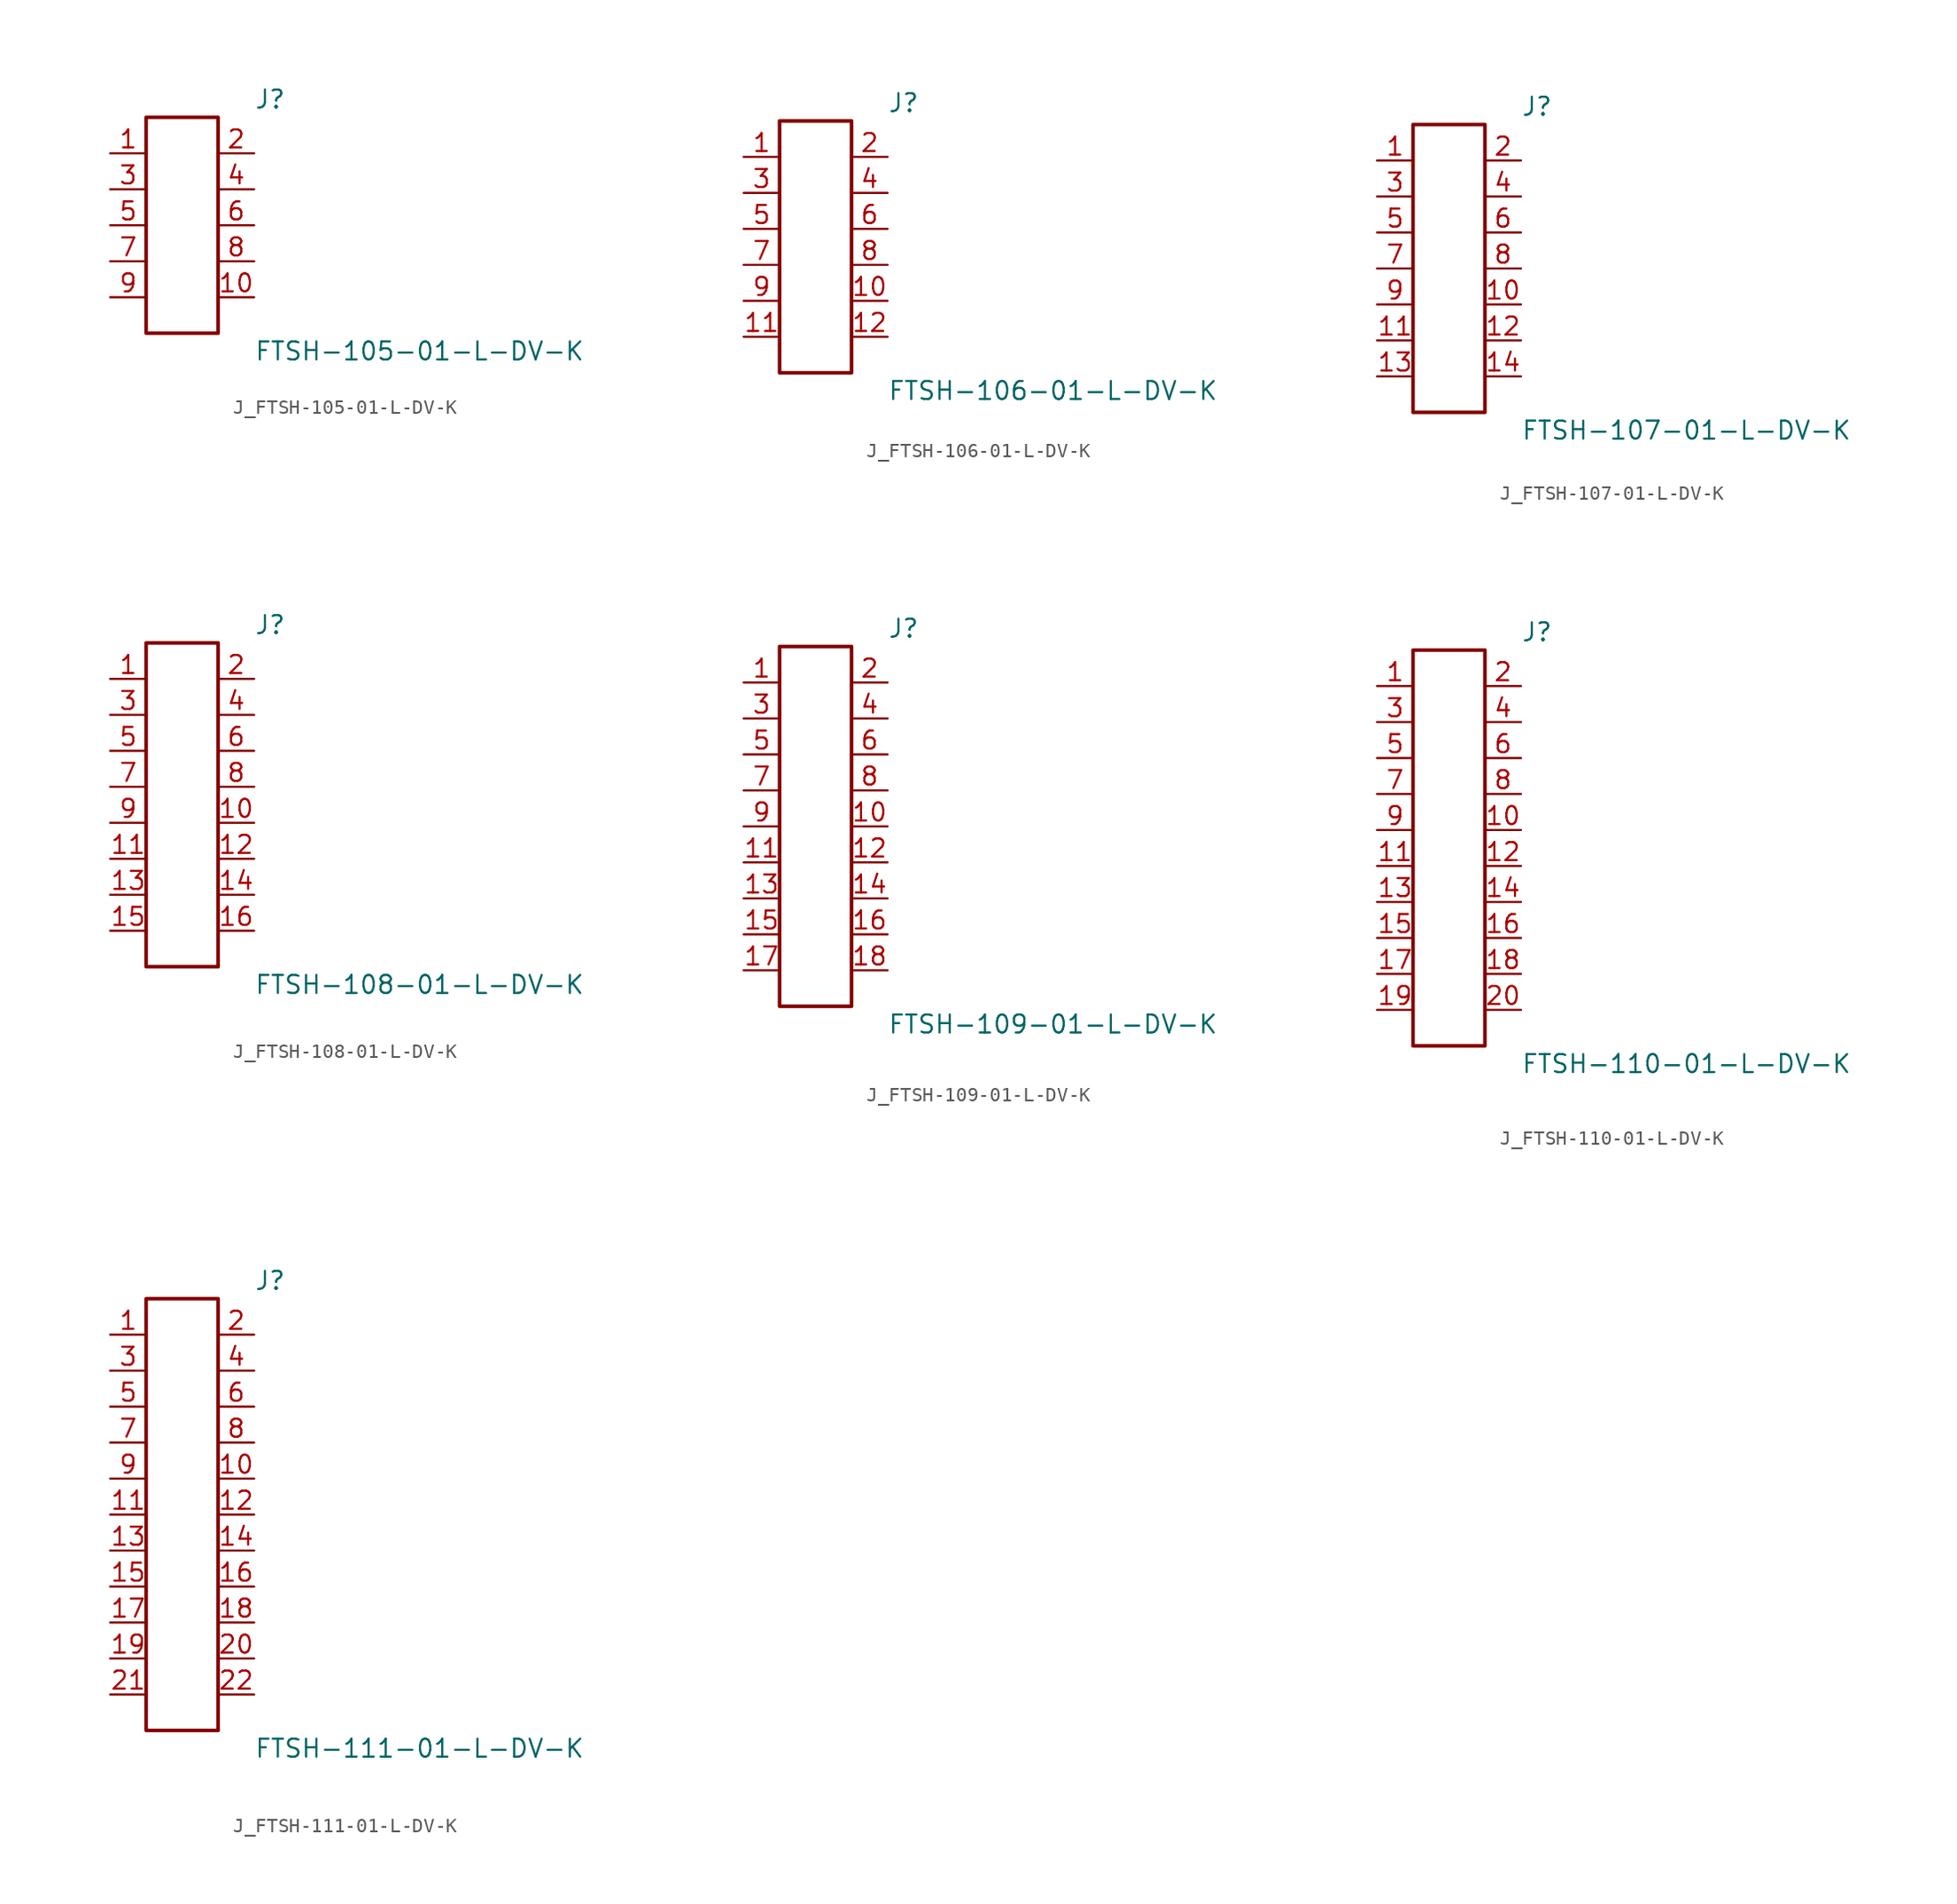
<source format=kicad_sym>
(kicad_symbol_lib
  (version 20231120)
  (generator kicad_symbol_editor)
  (generator_version 8.0)
  (symbol "J_FTSH-105-01-L-DV-K"
    (pin_names
      (offset 0.254))
    (property "Reference" "J"
      (at 5.08 8.89 0)
      (effects (font (size 1.27 1.27)) (justify left)))
    (property "Value" "FTSH-105-01-L-DV-K"
      (at 5.08 -8.89 0)
      (effects (font (size 1.27 1.27)) (justify left)))
    (symbol "J_FTSH-105-01-L-DV-K_0_0"
      (pin passive line (at -5.08 5.08 0) (length 2.54) (name "" (effects (font (size 1.27 1.27)))) (number "1" (effects (font (size 1.27 1.27)))))
      (pin passive line (at 5.08 5.08 180) (length 2.54) (name "" (effects (font (size 1.27 1.27)))) (number "2" (effects (font (size 1.27 1.27)))))
      (pin passive line (at -5.08 2.54 0) (length 2.54) (name "" (effects (font (size 1.27 1.27)))) (number "3" (effects (font (size 1.27 1.27)))))
      (pin passive line (at 5.08 2.54 180) (length 2.54) (name "" (effects (font (size 1.27 1.27)))) (number "4" (effects (font (size 1.27 1.27)))))
      (pin passive line (at -5.08 0.0 0) (length 2.54) (name "" (effects (font (size 1.27 1.27)))) (number "5" (effects (font (size 1.27 1.27)))))
      (pin passive line (at 5.08 0.0 180) (length 2.54) (name "" (effects (font (size 1.27 1.27)))) (number "6" (effects (font (size 1.27 1.27)))))
      (pin passive line (at -5.08 -2.54 0) (length 2.54) (name "" (effects (font (size 1.27 1.27)))) (number "7" (effects (font (size 1.27 1.27)))))
      (pin passive line (at 5.08 -2.54 180) (length 2.54) (name "" (effects (font (size 1.27 1.27)))) (number "8" (effects (font (size 1.27 1.27)))))
      (pin passive line (at -5.08 -5.08 0) (length 2.54) (name "" (effects (font (size 1.27 1.27)))) (number "9" (effects (font (size 1.27 1.27)))))
      (pin passive line (at 5.08 -5.08 180) (length 2.54) (name "" (effects (font (size 1.27 1.27)))) (number "10" (effects (font (size 1.27 1.27))))))
    (symbol "J_FTSH-105-01-L-DV-K_1_0"
      (rectangle (start -2.54 7.62) (end 2.54 -7.62) (stroke (width 0.254) (type solid)) (fill (type none)))))
  (symbol "J_FTSH-106-01-L-DV-K"
    (pin_names
      (offset 0.254))
    (property "Reference" "J"
      (at 5.08 10.16 0)
      (effects (font (size 1.27 1.27)) (justify left)))
    (property "Value" "FTSH-106-01-L-DV-K"
      (at 5.08 -10.16 0)
      (effects (font (size 1.27 1.27)) (justify left)))
    (symbol "J_FTSH-106-01-L-DV-K_0_0"
      (pin passive line (at -5.08 6.35 0) (length 2.54) (name "" (effects (font (size 1.27 1.27)))) (number "1" (effects (font (size 1.27 1.27)))))
      (pin passive line (at 5.08 6.35 180) (length 2.54) (name "" (effects (font (size 1.27 1.27)))) (number "2" (effects (font (size 1.27 1.27)))))
      (pin passive line (at -5.08 3.81 0) (length 2.54) (name "" (effects (font (size 1.27 1.27)))) (number "3" (effects (font (size 1.27 1.27)))))
      (pin passive line (at 5.08 3.81 180) (length 2.54) (name "" (effects (font (size 1.27 1.27)))) (number "4" (effects (font (size 1.27 1.27)))))
      (pin passive line (at -5.08 1.27 0) (length 2.54) (name "" (effects (font (size 1.27 1.27)))) (number "5" (effects (font (size 1.27 1.27)))))
      (pin passive line (at 5.08 1.27 180) (length 2.54) (name "" (effects (font (size 1.27 1.27)))) (number "6" (effects (font (size 1.27 1.27)))))
      (pin passive line (at -5.08 -1.27 0) (length 2.54) (name "" (effects (font (size 1.27 1.27)))) (number "7" (effects (font (size 1.27 1.27)))))
      (pin passive line (at 5.08 -1.27 180) (length 2.54) (name "" (effects (font (size 1.27 1.27)))) (number "8" (effects (font (size 1.27 1.27)))))
      (pin passive line (at -5.08 -3.81 0) (length 2.54) (name "" (effects (font (size 1.27 1.27)))) (number "9" (effects (font (size 1.27 1.27)))))
      (pin passive line (at 5.08 -3.81 180) (length 2.54) (name "" (effects (font (size 1.27 1.27)))) (number "10" (effects (font (size 1.27 1.27)))))
      (pin passive line (at -5.08 -6.35 0) (length 2.54) (name "" (effects (font (size 1.27 1.27)))) (number "11" (effects (font (size 1.27 1.27)))))
      (pin passive line (at 5.08 -6.35 180) (length 2.54) (name "" (effects (font (size 1.27 1.27)))) (number "12" (effects (font (size 1.27 1.27))))))
    (symbol "J_FTSH-106-01-L-DV-K_1_0"
      (rectangle (start -2.54 8.89) (end 2.54 -8.89) (stroke (width 0.254) (type solid)) (fill (type none)))))
  (symbol "J_FTSH-107-01-L-DV-K"
    (pin_names
      (offset 0.254))
    (property "Reference" "J"
      (at 5.08 11.43 0)
      (effects (font (size 1.27 1.27)) (justify left)))
    (property "Value" "FTSH-107-01-L-DV-K"
      (at 5.08 -11.43 0)
      (effects (font (size 1.27 1.27)) (justify left)))
    (symbol "J_FTSH-107-01-L-DV-K_0_0"
      (pin passive line (at -5.08 7.62 0) (length 2.54) (name "" (effects (font (size 1.27 1.27)))) (number "1" (effects (font (size 1.27 1.27)))))
      (pin passive line (at 5.08 7.62 180) (length 2.54) (name "" (effects (font (size 1.27 1.27)))) (number "2" (effects (font (size 1.27 1.27)))))
      (pin passive line (at -5.08 5.08 0) (length 2.54) (name "" (effects (font (size 1.27 1.27)))) (number "3" (effects (font (size 1.27 1.27)))))
      (pin passive line (at 5.08 5.08 180) (length 2.54) (name "" (effects (font (size 1.27 1.27)))) (number "4" (effects (font (size 1.27 1.27)))))
      (pin passive line (at -5.08 2.54 0) (length 2.54) (name "" (effects (font (size 1.27 1.27)))) (number "5" (effects (font (size 1.27 1.27)))))
      (pin passive line (at 5.08 2.54 180) (length 2.54) (name "" (effects (font (size 1.27 1.27)))) (number "6" (effects (font (size 1.27 1.27)))))
      (pin passive line (at -5.08 0.0 0) (length 2.54) (name "" (effects (font (size 1.27 1.27)))) (number "7" (effects (font (size 1.27 1.27)))))
      (pin passive line (at 5.08 0.0 180) (length 2.54) (name "" (effects (font (size 1.27 1.27)))) (number "8" (effects (font (size 1.27 1.27)))))
      (pin passive line (at -5.08 -2.54 0) (length 2.54) (name "" (effects (font (size 1.27 1.27)))) (number "9" (effects (font (size 1.27 1.27)))))
      (pin passive line (at 5.08 -2.54 180) (length 2.54) (name "" (effects (font (size 1.27 1.27)))) (number "10" (effects (font (size 1.27 1.27)))))
      (pin passive line (at -5.08 -5.08 0) (length 2.54) (name "" (effects (font (size 1.27 1.27)))) (number "11" (effects (font (size 1.27 1.27)))))
      (pin passive line (at 5.08 -5.08 180) (length 2.54) (name "" (effects (font (size 1.27 1.27)))) (number "12" (effects (font (size 1.27 1.27)))))
      (pin passive line (at -5.08 -7.62 0) (length 2.54) (name "" (effects (font (size 1.27 1.27)))) (number "13" (effects (font (size 1.27 1.27)))))
      (pin passive line (at 5.08 -7.62 180) (length 2.54) (name "" (effects (font (size 1.27 1.27)))) (number "14" (effects (font (size 1.27 1.27))))))
    (symbol "J_FTSH-107-01-L-DV-K_1_0"
      (rectangle (start -2.54 10.16) (end 2.54 -10.16) (stroke (width 0.254) (type solid)) (fill (type none)))))
  (symbol "J_FTSH-108-01-L-DV-K"
    (pin_names
      (offset 0.254))
    (property "Reference" "J"
      (at 5.08 12.7 0)
      (effects (font (size 1.27 1.27)) (justify left)))
    (property "Value" "FTSH-108-01-L-DV-K"
      (at 5.08 -12.7 0)
      (effects (font (size 1.27 1.27)) (justify left)))
    (symbol "J_FTSH-108-01-L-DV-K_0_0"
      (pin passive line (at -5.08 8.89 0) (length 2.54) (name "" (effects (font (size 1.27 1.27)))) (number "1" (effects (font (size 1.27 1.27)))))
      (pin passive line (at 5.08 8.89 180) (length 2.54) (name "" (effects (font (size 1.27 1.27)))) (number "2" (effects (font (size 1.27 1.27)))))
      (pin passive line (at -5.08 6.35 0) (length 2.54) (name "" (effects (font (size 1.27 1.27)))) (number "3" (effects (font (size 1.27 1.27)))))
      (pin passive line (at 5.08 6.35 180) (length 2.54) (name "" (effects (font (size 1.27 1.27)))) (number "4" (effects (font (size 1.27 1.27)))))
      (pin passive line (at -5.08 3.81 0) (length 2.54) (name "" (effects (font (size 1.27 1.27)))) (number "5" (effects (font (size 1.27 1.27)))))
      (pin passive line (at 5.08 3.81 180) (length 2.54) (name "" (effects (font (size 1.27 1.27)))) (number "6" (effects (font (size 1.27 1.27)))))
      (pin passive line (at -5.08 1.27 0) (length 2.54) (name "" (effects (font (size 1.27 1.27)))) (number "7" (effects (font (size 1.27 1.27)))))
      (pin passive line (at 5.08 1.27 180) (length 2.54) (name "" (effects (font (size 1.27 1.27)))) (number "8" (effects (font (size 1.27 1.27)))))
      (pin passive line (at -5.08 -1.27 0) (length 2.54) (name "" (effects (font (size 1.27 1.27)))) (number "9" (effects (font (size 1.27 1.27)))))
      (pin passive line (at 5.08 -1.27 180) (length 2.54) (name "" (effects (font (size 1.27 1.27)))) (number "10" (effects (font (size 1.27 1.27)))))
      (pin passive line (at -5.08 -3.81 0) (length 2.54) (name "" (effects (font (size 1.27 1.27)))) (number "11" (effects (font (size 1.27 1.27)))))
      (pin passive line (at 5.08 -3.81 180) (length 2.54) (name "" (effects (font (size 1.27 1.27)))) (number "12" (effects (font (size 1.27 1.27)))))
      (pin passive line (at -5.08 -6.35 0) (length 2.54) (name "" (effects (font (size 1.27 1.27)))) (number "13" (effects (font (size 1.27 1.27)))))
      (pin passive line (at 5.08 -6.35 180) (length 2.54) (name "" (effects (font (size 1.27 1.27)))) (number "14" (effects (font (size 1.27 1.27)))))
      (pin passive line (at -5.08 -8.89 0) (length 2.54) (name "" (effects (font (size 1.27 1.27)))) (number "15" (effects (font (size 1.27 1.27)))))
      (pin passive line (at 5.08 -8.89 180) (length 2.54) (name "" (effects (font (size 1.27 1.27)))) (number "16" (effects (font (size 1.27 1.27))))))
    (symbol "J_FTSH-108-01-L-DV-K_1_0"
      (rectangle (start -2.54 11.43) (end 2.54 -11.43) (stroke (width 0.254) (type solid)) (fill (type none)))))
  (symbol "J_FTSH-109-01-L-DV-K"
    (pin_names
      (offset 0.254))
    (property "Reference" "J"
      (at 5.08 13.97 0)
      (effects (font (size 1.27 1.27)) (justify left)))
    (property "Value" "FTSH-109-01-L-DV-K"
      (at 5.08 -13.97 0)
      (effects (font (size 1.27 1.27)) (justify left)))
    (symbol "J_FTSH-109-01-L-DV-K_0_0"
      (pin passive line (at -5.08 10.16 0) (length 2.54) (name "" (effects (font (size 1.27 1.27)))) (number "1" (effects (font (size 1.27 1.27)))))
      (pin passive line (at 5.08 10.16 180) (length 2.54) (name "" (effects (font (size 1.27 1.27)))) (number "2" (effects (font (size 1.27 1.27)))))
      (pin passive line (at -5.08 7.62 0) (length 2.54) (name "" (effects (font (size 1.27 1.27)))) (number "3" (effects (font (size 1.27 1.27)))))
      (pin passive line (at 5.08 7.62 180) (length 2.54) (name "" (effects (font (size 1.27 1.27)))) (number "4" (effects (font (size 1.27 1.27)))))
      (pin passive line (at -5.08 5.08 0) (length 2.54) (name "" (effects (font (size 1.27 1.27)))) (number "5" (effects (font (size 1.27 1.27)))))
      (pin passive line (at 5.08 5.08 180) (length 2.54) (name "" (effects (font (size 1.27 1.27)))) (number "6" (effects (font (size 1.27 1.27)))))
      (pin passive line (at -5.08 2.54 0) (length 2.54) (name "" (effects (font (size 1.27 1.27)))) (number "7" (effects (font (size 1.27 1.27)))))
      (pin passive line (at 5.08 2.54 180) (length 2.54) (name "" (effects (font (size 1.27 1.27)))) (number "8" (effects (font (size 1.27 1.27)))))
      (pin passive line (at -5.08 0.0 0) (length 2.54) (name "" (effects (font (size 1.27 1.27)))) (number "9" (effects (font (size 1.27 1.27)))))
      (pin passive line (at 5.08 0.0 180) (length 2.54) (name "" (effects (font (size 1.27 1.27)))) (number "10" (effects (font (size 1.27 1.27)))))
      (pin passive line (at -5.08 -2.54 0) (length 2.54) (name "" (effects (font (size 1.27 1.27)))) (number "11" (effects (font (size 1.27 1.27)))))
      (pin passive line (at 5.08 -2.54 180) (length 2.54) (name "" (effects (font (size 1.27 1.27)))) (number "12" (effects (font (size 1.27 1.27)))))
      (pin passive line (at -5.08 -5.08 0) (length 2.54) (name "" (effects (font (size 1.27 1.27)))) (number "13" (effects (font (size 1.27 1.27)))))
      (pin passive line (at 5.08 -5.08 180) (length 2.54) (name "" (effects (font (size 1.27 1.27)))) (number "14" (effects (font (size 1.27 1.27)))))
      (pin passive line (at -5.08 -7.62 0) (length 2.54) (name "" (effects (font (size 1.27 1.27)))) (number "15" (effects (font (size 1.27 1.27)))))
      (pin passive line (at 5.08 -7.62 180) (length 2.54) (name "" (effects (font (size 1.27 1.27)))) (number "16" (effects (font (size 1.27 1.27)))))
      (pin passive line (at -5.08 -10.16 0) (length 2.54) (name "" (effects (font (size 1.27 1.27)))) (number "17" (effects (font (size 1.27 1.27)))))
      (pin passive line (at 5.08 -10.16 180) (length 2.54) (name "" (effects (font (size 1.27 1.27)))) (number "18" (effects (font (size 1.27 1.27))))))
    (symbol "J_FTSH-109-01-L-DV-K_1_0"
      (rectangle (start -2.54 12.7) (end 2.54 -12.7) (stroke (width 0.254) (type solid)) (fill (type none)))))
  (symbol "J_FTSH-110-01-L-DV-K"
    (pin_names
      (offset 0.254))
    (property "Reference" "J"
      (at 5.08 15.24 0)
      (effects (font (size 1.27 1.27)) (justify left)))
    (property "Value" "FTSH-110-01-L-DV-K"
      (at 5.08 -15.24 0)
      (effects (font (size 1.27 1.27)) (justify left)))
    (symbol "J_FTSH-110-01-L-DV-K_0_0"
      (pin passive line (at -5.08 11.43 0) (length 2.54) (name "" (effects (font (size 1.27 1.27)))) (number "1" (effects (font (size 1.27 1.27)))))
      (pin passive line (at 5.08 11.43 180) (length 2.54) (name "" (effects (font (size 1.27 1.27)))) (number "2" (effects (font (size 1.27 1.27)))))
      (pin passive line (at -5.08 8.89 0) (length 2.54) (name "" (effects (font (size 1.27 1.27)))) (number "3" (effects (font (size 1.27 1.27)))))
      (pin passive line (at 5.08 8.89 180) (length 2.54) (name "" (effects (font (size 1.27 1.27)))) (number "4" (effects (font (size 1.27 1.27)))))
      (pin passive line (at -5.08 6.35 0) (length 2.54) (name "" (effects (font (size 1.27 1.27)))) (number "5" (effects (font (size 1.27 1.27)))))
      (pin passive line (at 5.08 6.35 180) (length 2.54) (name "" (effects (font (size 1.27 1.27)))) (number "6" (effects (font (size 1.27 1.27)))))
      (pin passive line (at -5.08 3.81 0) (length 2.54) (name "" (effects (font (size 1.27 1.27)))) (number "7" (effects (font (size 1.27 1.27)))))
      (pin passive line (at 5.08 3.81 180) (length 2.54) (name "" (effects (font (size 1.27 1.27)))) (number "8" (effects (font (size 1.27 1.27)))))
      (pin passive line (at -5.08 1.27 0) (length 2.54) (name "" (effects (font (size 1.27 1.27)))) (number "9" (effects (font (size 1.27 1.27)))))
      (pin passive line (at 5.08 1.27 180) (length 2.54) (name "" (effects (font (size 1.27 1.27)))) (number "10" (effects (font (size 1.27 1.27)))))
      (pin passive line (at -5.08 -1.27 0) (length 2.54) (name "" (effects (font (size 1.27 1.27)))) (number "11" (effects (font (size 1.27 1.27)))))
      (pin passive line (at 5.08 -1.27 180) (length 2.54) (name "" (effects (font (size 1.27 1.27)))) (number "12" (effects (font (size 1.27 1.27)))))
      (pin passive line (at -5.08 -3.81 0) (length 2.54) (name "" (effects (font (size 1.27 1.27)))) (number "13" (effects (font (size 1.27 1.27)))))
      (pin passive line (at 5.08 -3.81 180) (length 2.54) (name "" (effects (font (size 1.27 1.27)))) (number "14" (effects (font (size 1.27 1.27)))))
      (pin passive line (at -5.08 -6.35 0) (length 2.54) (name "" (effects (font (size 1.27 1.27)))) (number "15" (effects (font (size 1.27 1.27)))))
      (pin passive line (at 5.08 -6.35 180) (length 2.54) (name "" (effects (font (size 1.27 1.27)))) (number "16" (effects (font (size 1.27 1.27)))))
      (pin passive line (at -5.08 -8.89 0) (length 2.54) (name "" (effects (font (size 1.27 1.27)))) (number "17" (effects (font (size 1.27 1.27)))))
      (pin passive line (at 5.08 -8.89 180) (length 2.54) (name "" (effects (font (size 1.27 1.27)))) (number "18" (effects (font (size 1.27 1.27)))))
      (pin passive line (at -5.08 -11.43 0) (length 2.54) (name "" (effects (font (size 1.27 1.27)))) (number "19" (effects (font (size 1.27 1.27)))))
      (pin passive line (at 5.08 -11.43 180) (length 2.54) (name "" (effects (font (size 1.27 1.27)))) (number "20" (effects (font (size 1.27 1.27))))))
    (symbol "J_FTSH-110-01-L-DV-K_1_0"
      (rectangle (start -2.54 13.97) (end 2.54 -13.97) (stroke (width 0.254) (type solid)) (fill (type none)))))
  (symbol "J_FTSH-111-01-L-DV-K"
    (pin_names
      (offset 0.254))
    (property "Reference" "J"
      (at 5.08 16.51 0)
      (effects (font (size 1.27 1.27)) (justify left)))
    (property "Value" "FTSH-111-01-L-DV-K"
      (at 5.08 -16.51 0)
      (effects (font (size 1.27 1.27)) (justify left)))
    (symbol "J_FTSH-111-01-L-DV-K_0_0"
      (pin passive line (at -5.08 12.7 0) (length 2.54) (name "" (effects (font (size 1.27 1.27)))) (number "1" (effects (font (size 1.27 1.27)))))
      (pin passive line (at 5.08 12.7 180) (length 2.54) (name "" (effects (font (size 1.27 1.27)))) (number "2" (effects (font (size 1.27 1.27)))))
      (pin passive line (at -5.08 10.16 0) (length 2.54) (name "" (effects (font (size 1.27 1.27)))) (number "3" (effects (font (size 1.27 1.27)))))
      (pin passive line (at 5.08 10.16 180) (length 2.54) (name "" (effects (font (size 1.27 1.27)))) (number "4" (effects (font (size 1.27 1.27)))))
      (pin passive line (at -5.08 7.62 0) (length 2.54) (name "" (effects (font (size 1.27 1.27)))) (number "5" (effects (font (size 1.27 1.27)))))
      (pin passive line (at 5.08 7.62 180) (length 2.54) (name "" (effects (font (size 1.27 1.27)))) (number "6" (effects (font (size 1.27 1.27)))))
      (pin passive line (at -5.08 5.08 0) (length 2.54) (name "" (effects (font (size 1.27 1.27)))) (number "7" (effects (font (size 1.27 1.27)))))
      (pin passive line (at 5.08 5.08 180) (length 2.54) (name "" (effects (font (size 1.27 1.27)))) (number "8" (effects (font (size 1.27 1.27)))))
      (pin passive line (at -5.08 2.54 0) (length 2.54) (name "" (effects (font (size 1.27 1.27)))) (number "9" (effects (font (size 1.27 1.27)))))
      (pin passive line (at 5.08 2.54 180) (length 2.54) (name "" (effects (font (size 1.27 1.27)))) (number "10" (effects (font (size 1.27 1.27)))))
      (pin passive line (at -5.08 0.0 0) (length 2.54) (name "" (effects (font (size 1.27 1.27)))) (number "11" (effects (font (size 1.27 1.27)))))
      (pin passive line (at 5.08 0.0 180) (length 2.54) (name "" (effects (font (size 1.27 1.27)))) (number "12" (effects (font (size 1.27 1.27)))))
      (pin passive line (at -5.08 -2.54 0) (length 2.54) (name "" (effects (font (size 1.27 1.27)))) (number "13" (effects (font (size 1.27 1.27)))))
      (pin passive line (at 5.08 -2.54 180) (length 2.54) (name "" (effects (font (size 1.27 1.27)))) (number "14" (effects (font (size 1.27 1.27)))))
      (pin passive line (at -5.08 -5.08 0) (length 2.54) (name "" (effects (font (size 1.27 1.27)))) (number "15" (effects (font (size 1.27 1.27)))))
      (pin passive line (at 5.08 -5.08 180) (length 2.54) (name "" (effects (font (size 1.27 1.27)))) (number "16" (effects (font (size 1.27 1.27)))))
      (pin passive line (at -5.08 -7.62 0) (length 2.54) (name "" (effects (font (size 1.27 1.27)))) (number "17" (effects (font (size 1.27 1.27)))))
      (pin passive line (at 5.08 -7.62 180) (length 2.54) (name "" (effects (font (size 1.27 1.27)))) (number "18" (effects (font (size 1.27 1.27)))))
      (pin passive line (at -5.08 -10.16 0) (length 2.54) (name "" (effects (font (size 1.27 1.27)))) (number "19" (effects (font (size 1.27 1.27)))))
      (pin passive line (at 5.08 -10.16 180) (length 2.54) (name "" (effects (font (size 1.27 1.27)))) (number "20" (effects (font (size 1.27 1.27)))))
      (pin passive line (at -5.08 -12.7 0) (length 2.54) (name "" (effects (font (size 1.27 1.27)))) (number "21" (effects (font (size 1.27 1.27)))))
      (pin passive line (at 5.08 -12.7 180) (length 2.54) (name "" (effects (font (size 1.27 1.27)))) (number "22" (effects (font (size 1.27 1.27))))))
    (symbol "J_FTSH-111-01-L-DV-K_1_0"
      (rectangle (start -2.54 15.24) (end 2.54 -15.24) (stroke (width 0.254) (type solid)) (fill (type none))))))
</source>
